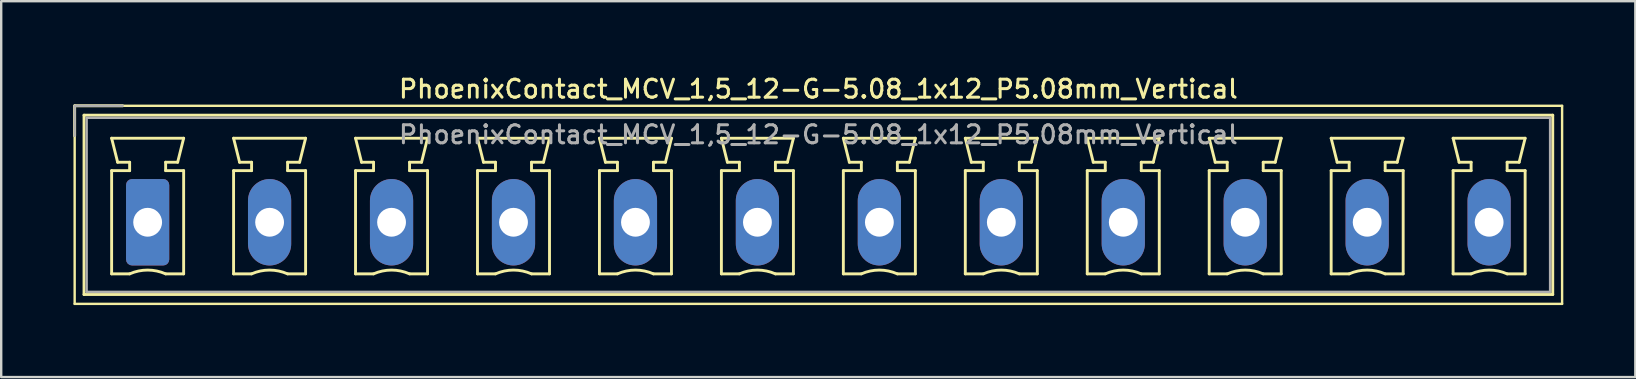
<source format=kicad_pcb>
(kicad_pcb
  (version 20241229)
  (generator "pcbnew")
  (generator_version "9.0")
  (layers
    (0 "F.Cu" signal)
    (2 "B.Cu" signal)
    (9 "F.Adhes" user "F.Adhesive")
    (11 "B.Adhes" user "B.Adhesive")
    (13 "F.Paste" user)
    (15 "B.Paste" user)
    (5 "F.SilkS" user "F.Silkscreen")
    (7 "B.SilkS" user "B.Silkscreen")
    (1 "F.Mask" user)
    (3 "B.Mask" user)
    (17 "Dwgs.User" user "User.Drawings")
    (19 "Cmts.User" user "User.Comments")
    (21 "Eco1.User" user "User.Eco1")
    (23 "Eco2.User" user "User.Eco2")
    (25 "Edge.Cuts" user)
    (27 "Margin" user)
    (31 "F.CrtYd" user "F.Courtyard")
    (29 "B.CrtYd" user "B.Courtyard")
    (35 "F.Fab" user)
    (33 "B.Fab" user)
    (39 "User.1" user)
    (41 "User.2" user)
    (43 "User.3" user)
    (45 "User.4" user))
  (footprint "PhoenixContact_MCV_1,5_12-G-5.08_1x12_P5.08mm_Vertical"
    (layer "F.Cu")
    (at 3.1 6.208)
    (property "Reference" "PhoenixContact_MCV_1,5_12-G-5.08_1x12_P5.08mm_Vertical" (at 27.94 -5.55 0) (layer "F.SilkS") (effects (font (size 0.75 0.75) (thickness 0.125))))
    (attr through_hole)
    (fp_line (start -3.04 -4.85) (end -3.04 3.4) (stroke (width 0.1) (type solid)) (layer "F.SilkS"))
    (fp_line (start -3.04 -4.85) (end -1.04 -4.85) (stroke (width 0.12) (type solid)) (layer "F.SilkS"))
    (fp_line (start -3.04 -3.6) (end -3.04 -4.85) (stroke (width 0.12) (type solid)) (layer "F.SilkS"))
    (fp_line (start -3.04 3.4) (end 58.92 3.4) (stroke (width 0.1) (type solid)) (layer "F.SilkS"))
    (fp_line (start -2.65 -4.46) (end -2.65 3.01) (stroke (width 0.12) (type solid)) (layer "F.SilkS"))
    (fp_line (start -2.65 3.01) (end 58.53 3.01) (stroke (width 0.12) (type solid)) (layer "F.SilkS"))
    (fp_line (start -1.5 -3.5) (end 1.5 -3.5) (stroke (width 0.12) (type solid)) (layer "F.SilkS"))
    (fp_line (start -1.5 -2.15) (end -0.75 -2.15) (stroke (width 0.12) (type solid)) (layer "F.SilkS"))
    (fp_line (start -1.5 2.15) (end -1.5 -2.15) (stroke (width 0.12) (type solid)) (layer "F.SilkS"))
    (fp_line (start -1.25 -2.5) (end -1.5 -3.5) (stroke (width 0.12) (type solid)) (layer "F.SilkS"))
    (fp_line (start -0.75 -2.5) (end -1.25 -2.5) (stroke (width 0.12) (type solid)) (layer "F.SilkS"))
    (fp_line (start -0.75 -2.15) (end -0.75 -2.5) (stroke (width 0.12) (type solid)) (layer "F.SilkS"))
    (fp_line (start -0.75 2.15) (end -1.5 2.15) (stroke (width 0.12) (type solid)) (layer "F.SilkS"))
    (fp_line (start 0.75 -2.5) (end 0.75 -2.15) (stroke (width 0.12) (type solid)) (layer "F.SilkS"))
    (fp_line (start 0.75 -2.15) (end 1.5 -2.15) (stroke (width 0.12) (type solid)) (layer "F.SilkS"))
    (fp_line (start 1.25 -2.5) (end 0.75 -2.5) (stroke (width 0.12) (type solid)) (layer "F.SilkS"))
    (fp_line (start 1.5 -3.5) (end 1.25 -2.5) (stroke (width 0.12) (type solid)) (layer "F.SilkS"))
    (fp_line (start 1.5 -2.15) (end 1.5 2.15) (stroke (width 0.12) (type solid)) (layer "F.SilkS"))
    (fp_line (start 1.5 2.15) (end 0.75 2.15) (stroke (width 0.12) (type solid)) (layer "F.SilkS"))
    (fp_line (start 3.58 -3.5) (end 6.58 -3.5) (stroke (width 0.12) (type solid)) (layer "F.SilkS"))
    (fp_line (start 3.58 -2.15) (end 4.33 -2.15) (stroke (width 0.12) (type solid)) (layer "F.SilkS"))
    (fp_line (start 3.58 2.15) (end 3.58 -2.15) (stroke (width 0.12) (type solid)) (layer "F.SilkS"))
    (fp_line (start 3.83 -2.5) (end 3.58 -3.5) (stroke (width 0.12) (type solid)) (layer "F.SilkS"))
    (fp_line (start 4.33 -2.5) (end 3.83 -2.5) (stroke (width 0.12) (type solid)) (layer "F.SilkS"))
    (fp_line (start 4.33 -2.15) (end 4.33 -2.5) (stroke (width 0.12) (type solid)) (layer "F.SilkS"))
    (fp_line (start 4.33 2.15) (end 3.58 2.15) (stroke (width 0.12) (type solid)) (layer "F.SilkS"))
    (fp_line (start 5.83 -2.5) (end 5.83 -2.15) (stroke (width 0.12) (type solid)) (layer "F.SilkS"))
    (fp_line (start 5.83 -2.15) (end 6.58 -2.15) (stroke (width 0.12) (type solid)) (layer "F.SilkS"))
    (fp_line (start 6.33 -2.5) (end 5.83 -2.5) (stroke (width 0.12) (type solid)) (layer "F.SilkS"))
    (fp_line (start 6.58 -3.5) (end 6.33 -2.5) (stroke (width 0.12) (type solid)) (layer "F.SilkS"))
    (fp_line (start 6.58 -2.15) (end 6.58 2.15) (stroke (width 0.12) (type solid)) (layer "F.SilkS"))
    (fp_line (start 6.58 2.15) (end 5.83 2.15) (stroke (width 0.12) (type solid)) (layer "F.SilkS"))
    (fp_line (start 8.66 -3.5) (end 11.66 -3.5) (stroke (width 0.12) (type solid)) (layer "F.SilkS"))
    (fp_line (start 8.66 -2.15) (end 9.41 -2.15) (stroke (width 0.12) (type solid)) (layer "F.SilkS"))
    (fp_line (start 8.66 2.15) (end 8.66 -2.15) (stroke (width 0.12) (type solid)) (layer "F.SilkS"))
    (fp_line (start 8.91 -2.5) (end 8.66 -3.5) (stroke (width 0.12) (type solid)) (layer "F.SilkS"))
    (fp_line (start 9.41 -2.5) (end 8.91 -2.5) (stroke (width 0.12) (type solid)) (layer "F.SilkS"))
    (fp_line (start 9.41 -2.15) (end 9.41 -2.5) (stroke (width 0.12) (type solid)) (layer "F.SilkS"))
    (fp_line (start 9.41 2.15) (end 8.66 2.15) (stroke (width 0.12) (type solid)) (layer "F.SilkS"))
    (fp_line (start 10.91 -2.5) (end 10.91 -2.15) (stroke (width 0.12) (type solid)) (layer "F.SilkS"))
    (fp_line (start 10.91 -2.15) (end 11.66 -2.15) (stroke (width 0.12) (type solid)) (layer "F.SilkS"))
    (fp_line (start 11.41 -2.5) (end 10.91 -2.5) (stroke (width 0.12) (type solid)) (layer "F.SilkS"))
    (fp_line (start 11.66 -3.5) (end 11.41 -2.5) (stroke (width 0.12) (type solid)) (layer "F.SilkS"))
    (fp_line (start 11.66 -2.15) (end 11.66 2.15) (stroke (width 0.12) (type solid)) (layer "F.SilkS"))
    (fp_line (start 11.66 2.15) (end 10.91 2.15) (stroke (width 0.12) (type solid)) (layer "F.SilkS"))
    (fp_line (start 13.74 -3.5) (end 16.74 -3.5) (stroke (width 0.12) (type solid)) (layer "F.SilkS"))
    (fp_line (start 13.74 -2.15) (end 14.49 -2.15) (stroke (width 0.12) (type solid)) (layer "F.SilkS"))
    (fp_line (start 13.74 2.15) (end 13.74 -2.15) (stroke (width 0.12) (type solid)) (layer "F.SilkS"))
    (fp_line (start 13.99 -2.5) (end 13.74 -3.5) (stroke (width 0.12) (type solid)) (layer "F.SilkS"))
    (fp_line (start 14.49 -2.5) (end 13.99 -2.5) (stroke (width 0.12) (type solid)) (layer "F.SilkS"))
    (fp_line (start 14.49 -2.15) (end 14.49 -2.5) (stroke (width 0.12) (type solid)) (layer "F.SilkS"))
    (fp_line (start 14.49 2.15) (end 13.74 2.15) (stroke (width 0.12) (type solid)) (layer "F.SilkS"))
    (fp_line (start 15.99 -2.5) (end 15.99 -2.15) (stroke (width 0.12) (type solid)) (layer "F.SilkS"))
    (fp_line (start 15.99 -2.15) (end 16.74 -2.15) (stroke (width 0.12) (type solid)) (layer "F.SilkS"))
    (fp_line (start 16.49 -2.5) (end 15.99 -2.5) (stroke (width 0.12) (type solid)) (layer "F.SilkS"))
    (fp_line (start 16.74 -3.5) (end 16.49 -2.5) (stroke (width 0.12) (type solid)) (layer "F.SilkS"))
    (fp_line (start 16.74 -2.15) (end 16.74 2.15) (stroke (width 0.12) (type solid)) (layer "F.SilkS"))
    (fp_line (start 16.74 2.15) (end 15.99 2.15) (stroke (width 0.12) (type solid)) (layer "F.SilkS"))
    (fp_line (start 18.82 -3.5) (end 21.82 -3.5) (stroke (width 0.12) (type solid)) (layer "F.SilkS"))
    (fp_line (start 18.82 -2.15) (end 19.57 -2.15) (stroke (width 0.12) (type solid)) (layer "F.SilkS"))
    (fp_line (start 18.82 2.15) (end 18.82 -2.15) (stroke (width 0.12) (type solid)) (layer "F.SilkS"))
    (fp_line (start 19.07 -2.5) (end 18.82 -3.5) (stroke (width 0.12) (type solid)) (layer "F.SilkS"))
    (fp_line (start 19.57 -2.5) (end 19.07 -2.5) (stroke (width 0.12) (type solid)) (layer "F.SilkS"))
    (fp_line (start 19.57 -2.15) (end 19.57 -2.5) (stroke (width 0.12) (type solid)) (layer "F.SilkS"))
    (fp_line (start 19.57 2.15) (end 18.82 2.15) (stroke (width 0.12) (type solid)) (layer "F.SilkS"))
    (fp_line (start 21.07 -2.5) (end 21.07 -2.15) (stroke (width 0.12) (type solid)) (layer "F.SilkS"))
    (fp_line (start 21.07 -2.15) (end 21.82 -2.15) (stroke (width 0.12) (type solid)) (layer "F.SilkS"))
    (fp_line (start 21.57 -2.5) (end 21.07 -2.5) (stroke (width 0.12) (type solid)) (layer "F.SilkS"))
    (fp_line (start 21.82 -3.5) (end 21.57 -2.5) (stroke (width 0.12) (type solid)) (layer "F.SilkS"))
    (fp_line (start 21.82 -2.15) (end 21.82 2.15) (stroke (width 0.12) (type solid)) (layer "F.SilkS"))
    (fp_line (start 21.82 2.15) (end 21.07 2.15) (stroke (width 0.12) (type solid)) (layer "F.SilkS"))
    (fp_line (start 23.9 -3.5) (end 26.9 -3.5) (stroke (width 0.12) (type solid)) (layer "F.SilkS"))
    (fp_line (start 23.9 -2.15) (end 24.65 -2.15) (stroke (width 0.12) (type solid)) (layer "F.SilkS"))
    (fp_line (start 23.9 2.15) (end 23.9 -2.15) (stroke (width 0.12) (type solid)) (layer "F.SilkS"))
    (fp_line (start 24.15 -2.5) (end 23.9 -3.5) (stroke (width 0.12) (type solid)) (layer "F.SilkS"))
    (fp_line (start 24.65 -2.5) (end 24.15 -2.5) (stroke (width 0.12) (type solid)) (layer "F.SilkS"))
    (fp_line (start 24.65 -2.15) (end 24.65 -2.5) (stroke (width 0.12) (type solid)) (layer "F.SilkS"))
    (fp_line (start 24.65 2.15) (end 23.9 2.15) (stroke (width 0.12) (type solid)) (layer "F.SilkS"))
    (fp_line (start 26.15 -2.5) (end 26.15 -2.15) (stroke (width 0.12) (type solid)) (layer "F.SilkS"))
    (fp_line (start 26.15 -2.15) (end 26.9 -2.15) (stroke (width 0.12) (type solid)) (layer "F.SilkS"))
    (fp_line (start 26.65 -2.5) (end 26.15 -2.5) (stroke (width 0.12) (type solid)) (layer "F.SilkS"))
    (fp_line (start 26.9 -3.5) (end 26.65 -2.5) (stroke (width 0.12) (type solid)) (layer "F.SilkS"))
    (fp_line (start 26.9 -2.15) (end 26.9 2.15) (stroke (width 0.12) (type solid)) (layer "F.SilkS"))
    (fp_line (start 26.9 2.15) (end 26.15 2.15) (stroke (width 0.12) (type solid)) (layer "F.SilkS"))
    (fp_line (start 28.98 -3.5) (end 31.98 -3.5) (stroke (width 0.12) (type solid)) (layer "F.SilkS"))
    (fp_line (start 28.98 -2.15) (end 29.73 -2.15) (stroke (width 0.12) (type solid)) (layer "F.SilkS"))
    (fp_line (start 28.98 2.15) (end 28.98 -2.15) (stroke (width 0.12) (type solid)) (layer "F.SilkS"))
    (fp_line (start 29.23 -2.5) (end 28.98 -3.5) (stroke (width 0.12) (type solid)) (layer "F.SilkS"))
    (fp_line (start 29.73 -2.5) (end 29.23 -2.5) (stroke (width 0.12) (type solid)) (layer "F.SilkS"))
    (fp_line (start 29.73 -2.15) (end 29.73 -2.5) (stroke (width 0.12) (type solid)) (layer "F.SilkS"))
    (fp_line (start 29.73 2.15) (end 28.98 2.15) (stroke (width 0.12) (type solid)) (layer "F.SilkS"))
    (fp_line (start 31.23 -2.5) (end 31.23 -2.15) (stroke (width 0.12) (type solid)) (layer "F.SilkS"))
    (fp_line (start 31.23 -2.15) (end 31.98 -2.15) (stroke (width 0.12) (type solid)) (layer "F.SilkS"))
    (fp_line (start 31.73 -2.5) (end 31.23 -2.5) (stroke (width 0.12) (type solid)) (layer "F.SilkS"))
    (fp_line (start 31.98 -3.5) (end 31.73 -2.5) (stroke (width 0.12) (type solid)) (layer "F.SilkS"))
    (fp_line (start 31.98 -2.15) (end 31.98 2.15) (stroke (width 0.12) (type solid)) (layer "F.SilkS"))
    (fp_line (start 31.98 2.15) (end 31.23 2.15) (stroke (width 0.12) (type solid)) (layer "F.SilkS"))
    (fp_line (start 34.06 -3.5) (end 37.06 -3.5) (stroke (width 0.12) (type solid)) (layer "F.SilkS"))
    (fp_line (start 34.06 -2.15) (end 34.81 -2.15) (stroke (width 0.12) (type solid)) (layer "F.SilkS"))
    (fp_line (start 34.06 2.15) (end 34.06 -2.15) (stroke (width 0.12) (type solid)) (layer "F.SilkS"))
    (fp_line (start 34.31 -2.5) (end 34.06 -3.5) (stroke (width 0.12) (type solid)) (layer "F.SilkS"))
    (fp_line (start 34.81 -2.5) (end 34.31 -2.5) (stroke (width 0.12) (type solid)) (layer "F.SilkS"))
    (fp_line (start 34.81 -2.15) (end 34.81 -2.5) (stroke (width 0.12) (type solid)) (layer "F.SilkS"))
    (fp_line (start 34.81 2.15) (end 34.06 2.15) (stroke (width 0.12) (type solid)) (layer "F.SilkS"))
    (fp_line (start 36.31 -2.5) (end 36.31 -2.15) (stroke (width 0.12) (type solid)) (layer "F.SilkS"))
    (fp_line (start 36.31 -2.15) (end 37.06 -2.15) (stroke (width 0.12) (type solid)) (layer "F.SilkS"))
    (fp_line (start 36.81 -2.5) (end 36.31 -2.5) (stroke (width 0.12) (type solid)) (layer "F.SilkS"))
    (fp_line (start 37.06 -3.5) (end 36.81 -2.5) (stroke (width 0.12) (type solid)) (layer "F.SilkS"))
    (fp_line (start 37.06 -2.15) (end 37.06 2.15) (stroke (width 0.12) (type solid)) (layer "F.SilkS"))
    (fp_line (start 37.06 2.15) (end 36.31 2.15) (stroke (width 0.12) (type solid)) (layer "F.SilkS"))
    (fp_line (start 39.14 -3.5) (end 42.14 -3.5) (stroke (width 0.12) (type solid)) (layer "F.SilkS"))
    (fp_line (start 39.14 -2.15) (end 39.89 -2.15) (stroke (width 0.12) (type solid)) (layer "F.SilkS"))
    (fp_line (start 39.14 2.15) (end 39.14 -2.15) (stroke (width 0.12) (type solid)) (layer "F.SilkS"))
    (fp_line (start 39.39 -2.5) (end 39.14 -3.5) (stroke (width 0.12) (type solid)) (layer "F.SilkS"))
    (fp_line (start 39.89 -2.5) (end 39.39 -2.5) (stroke (width 0.12) (type solid)) (layer "F.SilkS"))
    (fp_line (start 39.89 -2.15) (end 39.89 -2.5) (stroke (width 0.12) (type solid)) (layer "F.SilkS"))
    (fp_line (start 39.89 2.15) (end 39.14 2.15) (stroke (width 0.12) (type solid)) (layer "F.SilkS"))
    (fp_line (start 41.39 -2.5) (end 41.39 -2.15) (stroke (width 0.12) (type solid)) (layer "F.SilkS"))
    (fp_line (start 41.39 -2.15) (end 42.14 -2.15) (stroke (width 0.12) (type solid)) (layer "F.SilkS"))
    (fp_line (start 41.89 -2.5) (end 41.39 -2.5) (stroke (width 0.12) (type solid)) (layer "F.SilkS"))
    (fp_line (start 42.14 -3.5) (end 41.89 -2.5) (stroke (width 0.12) (type solid)) (layer "F.SilkS"))
    (fp_line (start 42.14 -2.15) (end 42.14 2.15) (stroke (width 0.12) (type solid)) (layer "F.SilkS"))
    (fp_line (start 42.14 2.15) (end 41.39 2.15) (stroke (width 0.12) (type solid)) (layer "F.SilkS"))
    (fp_line (start 44.22 -3.5) (end 47.22 -3.5) (stroke (width 0.12) (type solid)) (layer "F.SilkS"))
    (fp_line (start 44.22 -2.15) (end 44.97 -2.15) (stroke (width 0.12) (type solid)) (layer "F.SilkS"))
    (fp_line (start 44.22 2.15) (end 44.22 -2.15) (stroke (width 0.12) (type solid)) (layer "F.SilkS"))
    (fp_line (start 44.47 -2.5) (end 44.22 -3.5) (stroke (width 0.12) (type solid)) (layer "F.SilkS"))
    (fp_line (start 44.97 -2.5) (end 44.47 -2.5) (stroke (width 0.12) (type solid)) (layer "F.SilkS"))
    (fp_line (start 44.97 -2.15) (end 44.97 -2.5) (stroke (width 0.12) (type solid)) (layer "F.SilkS"))
    (fp_line (start 44.97 2.15) (end 44.22 2.15) (stroke (width 0.12) (type solid)) (layer "F.SilkS"))
    (fp_line (start 46.47 -2.5) (end 46.47 -2.15) (stroke (width 0.12) (type solid)) (layer "F.SilkS"))
    (fp_line (start 46.47 -2.15) (end 47.22 -2.15) (stroke (width 0.12) (type solid)) (layer "F.SilkS"))
    (fp_line (start 46.97 -2.5) (end 46.47 -2.5) (stroke (width 0.12) (type solid)) (layer "F.SilkS"))
    (fp_line (start 47.22 -3.5) (end 46.97 -2.5) (stroke (width 0.12) (type solid)) (layer "F.SilkS"))
    (fp_line (start 47.22 -2.15) (end 47.22 2.15) (stroke (width 0.12) (type solid)) (layer "F.SilkS"))
    (fp_line (start 47.22 2.15) (end 46.47 2.15) (stroke (width 0.12) (type solid)) (layer "F.SilkS"))
    (fp_line (start 49.3 -3.5) (end 52.3 -3.5) (stroke (width 0.12) (type solid)) (layer "F.SilkS"))
    (fp_line (start 49.3 -2.15) (end 50.05 -2.15) (stroke (width 0.12) (type solid)) (layer "F.SilkS"))
    (fp_line (start 49.3 2.15) (end 49.3 -2.15) (stroke (width 0.12) (type solid)) (layer "F.SilkS"))
    (fp_line (start 49.55 -2.5) (end 49.3 -3.5) (stroke (width 0.12) (type solid)) (layer "F.SilkS"))
    (fp_line (start 50.05 -2.5) (end 49.55 -2.5) (stroke (width 0.12) (type solid)) (layer "F.SilkS"))
    (fp_line (start 50.05 -2.15) (end 50.05 -2.5) (stroke (width 0.12) (type solid)) (layer "F.SilkS"))
    (fp_line (start 50.05 2.15) (end 49.3 2.15) (stroke (width 0.12) (type solid)) (layer "F.SilkS"))
    (fp_line (start 51.55 -2.5) (end 51.55 -2.15) (stroke (width 0.12) (type solid)) (layer "F.SilkS"))
    (fp_line (start 51.55 -2.15) (end 52.3 -2.15) (stroke (width 0.12) (type solid)) (layer "F.SilkS"))
    (fp_line (start 52.05 -2.5) (end 51.55 -2.5) (stroke (width 0.12) (type solid)) (layer "F.SilkS"))
    (fp_line (start 52.3 -3.5) (end 52.05 -2.5) (stroke (width 0.12) (type solid)) (layer "F.SilkS"))
    (fp_line (start 52.3 -2.15) (end 52.3 2.15) (stroke (width 0.12) (type solid)) (layer "F.SilkS"))
    (fp_line (start 52.3 2.15) (end 51.55 2.15) (stroke (width 0.12) (type solid)) (layer "F.SilkS"))
    (fp_line (start 54.38 -3.5) (end 57.38 -3.5) (stroke (width 0.12) (type solid)) (layer "F.SilkS"))
    (fp_line (start 54.38 -2.15) (end 55.13 -2.15) (stroke (width 0.12) (type solid)) (layer "F.SilkS"))
    (fp_line (start 54.38 2.15) (end 54.38 -2.15) (stroke (width 0.12) (type solid)) (layer "F.SilkS"))
    (fp_line (start 54.63 -2.5) (end 54.38 -3.5) (stroke (width 0.12) (type solid)) (layer "F.SilkS"))
    (fp_line (start 55.13 -2.5) (end 54.63 -2.5) (stroke (width 0.12) (type solid)) (layer "F.SilkS"))
    (fp_line (start 55.13 -2.15) (end 55.13 -2.5) (stroke (width 0.12) (type solid)) (layer "F.SilkS"))
    (fp_line (start 55.13 2.15) (end 54.38 2.15) (stroke (width 0.12) (type solid)) (layer "F.SilkS"))
    (fp_line (start 56.63 -2.5) (end 56.63 -2.15) (stroke (width 0.12) (type solid)) (layer "F.SilkS"))
    (fp_line (start 56.63 -2.15) (end 57.38 -2.15) (stroke (width 0.12) (type solid)) (layer "F.SilkS"))
    (fp_line (start 57.13 -2.5) (end 56.63 -2.5) (stroke (width 0.12) (type solid)) (layer "F.SilkS"))
    (fp_line (start 57.38 -3.5) (end 57.13 -2.5) (stroke (width 0.12) (type solid)) (layer "F.SilkS"))
    (fp_line (start 57.38 -2.15) (end 57.38 2.15) (stroke (width 0.12) (type solid)) (layer "F.SilkS"))
    (fp_line (start 57.38 2.15) (end 56.63 2.15) (stroke (width 0.12) (type solid)) (layer "F.SilkS"))
    (fp_line (start 58.53 -4.46) (end -2.65 -4.46) (stroke (width 0.12) (type solid)) (layer "F.SilkS"))
    (fp_line (start 58.53 3.01) (end 58.53 -4.46) (stroke (width 0.12) (type solid)) (layer "F.SilkS"))
    (fp_line (start 58.92 -4.85) (end -3.04 -4.85) (stroke (width 0.1) (type solid)) (layer "F.SilkS"))
    (fp_line (start 58.92 3.4) (end 58.92 -4.85) (stroke (width 0.1) (type solid)) (layer "F.SilkS"))
    (fp_arc (start -0.75 2.15) (mid -0.000193 1.99191) (end 0.749647 2.149844) (stroke (width 0.12) (type solid)) (layer "F.SilkS"))
    (fp_arc (start 4.33 2.15) (mid 5.079807 1.99191) (end 5.829647 2.149844) (stroke (width 0.12) (type solid)) (layer "F.SilkS"))
    (fp_arc (start 9.41 2.15) (mid 10.159807 1.99191) (end 10.909647 2.149844) (stroke (width 0.12) (type solid)) (layer "F.SilkS"))
    (fp_arc (start 14.49 2.15) (mid 15.239807 1.99191) (end 15.989647 2.149844) (stroke (width 0.12) (type solid)) (layer "F.SilkS"))
    (fp_arc (start 19.57 2.15) (mid 20.319807 1.99191) (end 21.069647 2.149844) (stroke (width 0.12) (type solid)) (layer "F.SilkS"))
    (fp_arc (start 24.65 2.15) (mid 25.399807 1.99191) (end 26.149647 2.149844) (stroke (width 0.12) (type solid)) (layer "F.SilkS"))
    (fp_arc (start 29.73 2.15) (mid 30.479807 1.99191) (end 31.229647 2.149844) (stroke (width 0.12) (type solid)) (layer "F.SilkS"))
    (fp_arc (start 34.81 2.15) (mid 35.559807 1.99191) (end 36.309647 2.149844) (stroke (width 0.12) (type solid)) (layer "F.SilkS"))
    (fp_arc (start 39.89 2.15) (mid 40.639807 1.99191) (end 41.389647 2.149844) (stroke (width 0.12) (type solid)) (layer "F.SilkS"))
    (fp_arc (start 44.97 2.15) (mid 45.719807 1.99191) (end 46.469647 2.149844) (stroke (width 0.12) (type solid)) (layer "F.SilkS"))
    (fp_arc (start 50.05 2.15) (mid 50.799807 1.99191) (end 51.549647 2.149844) (stroke (width 0.12) (type solid)) (layer "F.SilkS"))
    (fp_arc (start 55.13 2.15) (mid 55.879807 1.99191) (end 56.629647 2.149844) (stroke (width 0.12) (type solid)) (layer "F.SilkS"))
    (fp_line (start -3.04 -4.85) (end -1.04 -4.85) (stroke (width 0.1) (type solid)) (layer "F.Fab"))
    (fp_line (start -3.04 -3.6) (end -3.04 -4.85) (stroke (width 0.1) (type solid)) (layer "F.Fab"))
    (fp_line (start -2.54 -4.35) (end -2.54 2.9) (stroke (width 0.1) (type solid)) (layer "F.Fab"))
    (fp_line (start -2.54 2.9) (end 58.42 2.9) (stroke (width 0.1) (type solid)) (layer "F.Fab"))
    (fp_line (start 58.42 -4.35) (end -2.54 -4.35) (stroke (width 0.1) (type solid)) (layer "F.Fab"))
    (fp_line (start 58.42 2.9) (end 58.42 -4.35) (stroke (width 0.1) (type solid)) (layer "F.Fab"))
    (fp_text user "${REFERENCE}" (at 27.94 -3.65 0) (layer "F.Fab") (effects (font (size 0.75 0.75) (thickness 0.125))))
    (pad "1" thru_hole roundrect (at 0 0) (size 1.8 3.6) (drill 1.2) (layers "*.Cu" "*.Mask") (roundrect_rratio 0.139))
    (pad "2" thru_hole oval (at 5.08 0) (size 1.8 3.6) (drill 1.2) (layers "*.Cu" "*.Mask"))
    (pad "3" thru_hole oval (at 10.16 0) (size 1.8 3.6) (drill 1.2) (layers "*.Cu" "*.Mask"))
    (pad "4" thru_hole oval (at 15.24 0) (size 1.8 3.6) (drill 1.2) (layers "*.Cu" "*.Mask"))
    (pad "5" thru_hole oval (at 20.32 0) (size 1.8 3.6) (drill 1.2) (layers "*.Cu" "*.Mask"))
    (pad "6" thru_hole oval (at 25.4 0) (size 1.8 3.6) (drill 1.2) (layers "*.Cu" "*.Mask"))
    (pad "7" thru_hole oval (at 30.48 0) (size 1.8 3.6) (drill 1.2) (layers "*.Cu" "*.Mask"))
    (pad "8" thru_hole oval (at 35.56 0) (size 1.8 3.6) (drill 1.2) (layers "*.Cu" "*.Mask"))
    (pad "9" thru_hole oval (at 40.64 0) (size 1.8 3.6) (drill 1.2) (layers "*.Cu" "*.Mask"))
    (pad "10" thru_hole oval (at 45.72 0) (size 1.8 3.6) (drill 1.2) (layers "*.Cu" "*.Mask"))
    (pad "11" thru_hole oval (at 50.8 0) (size 1.8 3.6) (drill 1.2) (layers "*.Cu" "*.Mask"))
    (pad "12" thru_hole oval (at 55.88 0) (size 1.8 3.6) (drill 1.2) (layers "*.Cu" "*.Mask")))
  (gr_rect
    (start -3 -3)
    (end 65.07 12.658)
    (stroke (width 0.1) (type default))
    (fill no)
    (layer "Edge.Cuts")))
</source>
